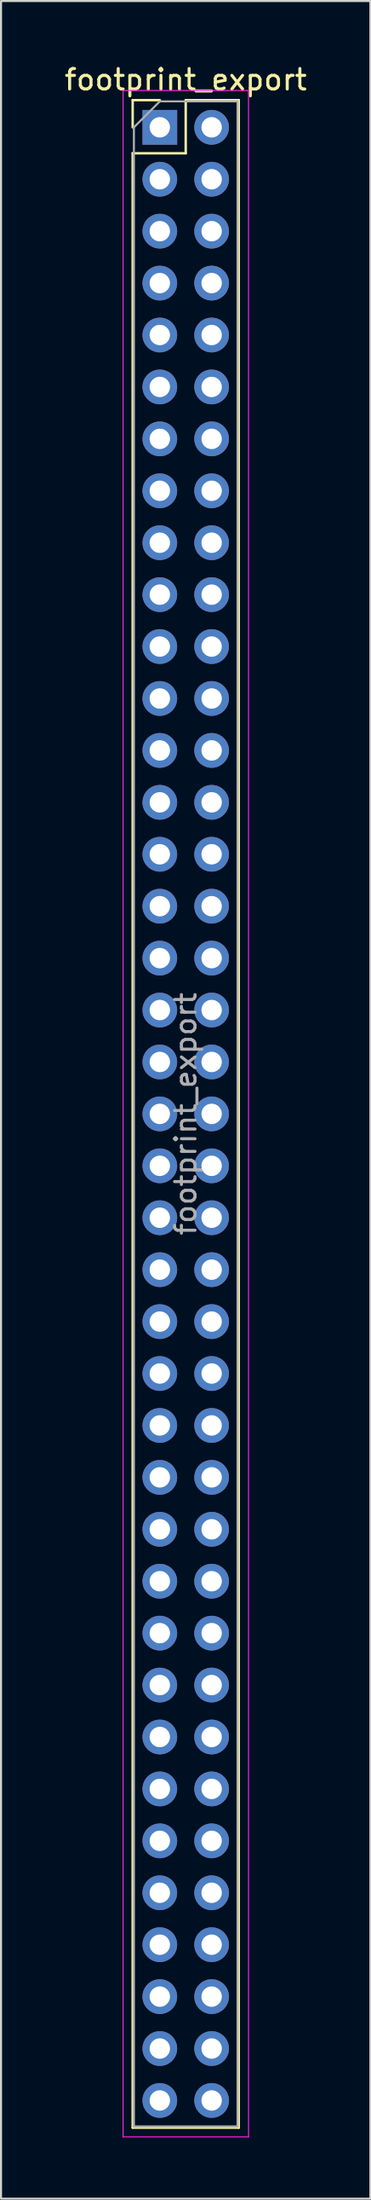
<source format=kicad_pcb>
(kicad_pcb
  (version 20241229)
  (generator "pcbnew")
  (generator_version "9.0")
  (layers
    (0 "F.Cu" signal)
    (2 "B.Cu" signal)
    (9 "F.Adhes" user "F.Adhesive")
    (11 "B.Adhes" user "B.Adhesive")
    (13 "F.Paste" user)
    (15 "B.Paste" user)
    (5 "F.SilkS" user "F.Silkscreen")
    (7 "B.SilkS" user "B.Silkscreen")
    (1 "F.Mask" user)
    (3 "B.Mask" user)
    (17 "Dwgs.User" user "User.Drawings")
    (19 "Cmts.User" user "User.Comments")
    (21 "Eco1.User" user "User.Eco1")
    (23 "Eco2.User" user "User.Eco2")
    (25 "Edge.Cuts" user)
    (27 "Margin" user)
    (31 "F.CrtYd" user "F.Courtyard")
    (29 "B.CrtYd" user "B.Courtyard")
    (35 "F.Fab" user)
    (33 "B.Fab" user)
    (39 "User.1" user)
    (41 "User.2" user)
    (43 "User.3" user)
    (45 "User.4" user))
  (footprint "footprint_export"
    (layer "F.Cu")
    (at 4.784 3.178)
    (property "Reference" "footprint_export" (at 1.27 -2.33 0) (layer "F.SilkS") (effects (font (size 1 1) (thickness 0.15))))
    (attr through_hole)
    (fp_line (start -1.33 -1.33) (end 0 -1.33) (stroke (width 0.12) (type solid)) (layer "F.SilkS"))
    (fp_line (start -1.33 0) (end -1.33 -1.33) (stroke (width 0.12) (type solid)) (layer "F.SilkS"))
    (fp_line (start -1.33 1.27) (end -1.33 97.85) (stroke (width 0.12) (type solid)) (layer "F.SilkS"))
    (fp_line (start -1.33 1.27) (end 1.27 1.27) (stroke (width 0.12) (type solid)) (layer "F.SilkS"))
    (fp_line (start -1.33 97.85) (end 3.87 97.85) (stroke (width 0.12) (type solid)) (layer "F.SilkS"))
    (fp_line (start 1.27 -1.33) (end 3.87 -1.33) (stroke (width 0.12) (type solid)) (layer "F.SilkS"))
    (fp_line (start 1.27 1.27) (end 1.27 -1.33) (stroke (width 0.12) (type solid)) (layer "F.SilkS"))
    (fp_line (start 3.87 -1.33) (end 3.87 97.85) (stroke (width 0.12) (type solid)) (layer "F.SilkS"))
    (fp_line (start -1.8 -1.8) (end -1.8 98.3) (stroke (width 0.05) (type solid)) (layer "F.CrtYd"))
    (fp_line (start -1.8 98.3) (end 4.35 98.3) (stroke (width 0.05) (type solid)) (layer "F.CrtYd"))
    (fp_line (start 4.35 -1.8) (end -1.8 -1.8) (stroke (width 0.05) (type solid)) (layer "F.CrtYd"))
    (fp_line (start 4.35 98.3) (end 4.35 -1.8) (stroke (width 0.05) (type solid)) (layer "F.CrtYd"))
    (fp_line (start -1.27 0) (end 0 -1.27) (stroke (width 0.1) (type solid)) (layer "F.Fab"))
    (fp_line (start -1.27 97.79) (end -1.27 0) (stroke (width 0.1) (type solid)) (layer "F.Fab"))
    (fp_line (start 0 -1.27) (end 3.81 -1.27) (stroke (width 0.1) (type solid)) (layer "F.Fab"))
    (fp_line (start 3.81 -1.27) (end 3.81 97.79) (stroke (width 0.1) (type solid)) (layer "F.Fab"))
    (fp_line (start 3.81 97.79) (end -1.27 97.79) (stroke (width 0.1) (type solid)) (layer "F.Fab"))
    (fp_text user "${REFERENCE}" (at 1.27 48.26 90) (layer "F.Fab") (effects (font (size 1 1) (thickness 0.15))))
    (pad "1" thru_hole rect (at 0 0) (size 1.7 1.7) (drill 1) (layers "*.Cu" "*.Mask"))
    (pad "2" thru_hole oval (at 2.54 0) (size 1.7 1.7) (drill 1) (layers "*.Cu" "*.Mask"))
    (pad "3" thru_hole oval (at 0 2.54) (size 1.7 1.7) (drill 1) (layers "*.Cu" "*.Mask"))
    (pad "4" thru_hole oval (at 2.54 2.54) (size 1.7 1.7) (drill 1) (layers "*.Cu" "*.Mask"))
    (pad "5" thru_hole oval (at 0 5.08) (size 1.7 1.7) (drill 1) (layers "*.Cu" "*.Mask"))
    (pad "6" thru_hole oval (at 2.54 5.08) (size 1.7 1.7) (drill 1) (layers "*.Cu" "*.Mask"))
    (pad "7" thru_hole oval (at 0 7.62) (size 1.7 1.7) (drill 1) (layers "*.Cu" "*.Mask"))
    (pad "8" thru_hole oval (at 2.54 7.62) (size 1.7 1.7) (drill 1) (layers "*.Cu" "*.Mask"))
    (pad "9" thru_hole oval (at 0 10.16) (size 1.7 1.7) (drill 1) (layers "*.Cu" "*.Mask"))
    (pad "10" thru_hole oval (at 2.54 10.16) (size 1.7 1.7) (drill 1) (layers "*.Cu" "*.Mask"))
    (pad "11" thru_hole oval (at 0 12.7) (size 1.7 1.7) (drill 1) (layers "*.Cu" "*.Mask"))
    (pad "12" thru_hole oval (at 2.54 12.7) (size 1.7 1.7) (drill 1) (layers "*.Cu" "*.Mask"))
    (pad "13" thru_hole oval (at 0 15.24) (size 1.7 1.7) (drill 1) (layers "*.Cu" "*.Mask"))
    (pad "14" thru_hole oval (at 2.54 15.24) (size 1.7 1.7) (drill 1) (layers "*.Cu" "*.Mask"))
    (pad "15" thru_hole oval (at 0 17.78) (size 1.7 1.7) (drill 1) (layers "*.Cu" "*.Mask"))
    (pad "16" thru_hole oval (at 2.54 17.78) (size 1.7 1.7) (drill 1) (layers "*.Cu" "*.Mask"))
    (pad "17" thru_hole oval (at 0 20.32) (size 1.7 1.7) (drill 1) (layers "*.Cu" "*.Mask"))
    (pad "18" thru_hole oval (at 2.54 20.32) (size 1.7 1.7) (drill 1) (layers "*.Cu" "*.Mask"))
    (pad "19" thru_hole oval (at 0 22.86) (size 1.7 1.7) (drill 1) (layers "*.Cu" "*.Mask"))
    (pad "20" thru_hole oval (at 2.54 22.86) (size 1.7 1.7) (drill 1) (layers "*.Cu" "*.Mask"))
    (pad "21" thru_hole oval (at 0 25.4) (size 1.7 1.7) (drill 1) (layers "*.Cu" "*.Mask"))
    (pad "22" thru_hole oval (at 2.54 25.4) (size 1.7 1.7) (drill 1) (layers "*.Cu" "*.Mask"))
    (pad "23" thru_hole oval (at 0 27.94) (size 1.7 1.7) (drill 1) (layers "*.Cu" "*.Mask"))
    (pad "24" thru_hole oval (at 2.54 27.94) (size 1.7 1.7) (drill 1) (layers "*.Cu" "*.Mask"))
    (pad "25" thru_hole oval (at 0 30.48) (size 1.7 1.7) (drill 1) (layers "*.Cu" "*.Mask"))
    (pad "26" thru_hole oval (at 2.54 30.48) (size 1.7 1.7) (drill 1) (layers "*.Cu" "*.Mask"))
    (pad "27" thru_hole oval (at 0 33.02) (size 1.7 1.7) (drill 1) (layers "*.Cu" "*.Mask"))
    (pad "28" thru_hole oval (at 2.54 33.02) (size 1.7 1.7) (drill 1) (layers "*.Cu" "*.Mask"))
    (pad "29" thru_hole oval (at 0 35.56) (size 1.7 1.7) (drill 1) (layers "*.Cu" "*.Mask"))
    (pad "30" thru_hole oval (at 2.54 35.56) (size 1.7 1.7) (drill 1) (layers "*.Cu" "*.Mask"))
    (pad "31" thru_hole oval (at 0 38.1) (size 1.7 1.7) (drill 1) (layers "*.Cu" "*.Mask"))
    (pad "32" thru_hole oval (at 2.54 38.1) (size 1.7 1.7) (drill 1) (layers "*.Cu" "*.Mask"))
    (pad "33" thru_hole oval (at 0 40.64) (size 1.7 1.7) (drill 1) (layers "*.Cu" "*.Mask"))
    (pad "34" thru_hole oval (at 2.54 40.64) (size 1.7 1.7) (drill 1) (layers "*.Cu" "*.Mask"))
    (pad "35" thru_hole oval (at 0 43.18) (size 1.7 1.7) (drill 1) (layers "*.Cu" "*.Mask"))
    (pad "36" thru_hole oval (at 2.54 43.18) (size 1.7 1.7) (drill 1) (layers "*.Cu" "*.Mask"))
    (pad "37" thru_hole oval (at 0 45.72) (size 1.7 1.7) (drill 1) (layers "*.Cu" "*.Mask"))
    (pad "38" thru_hole oval (at 2.54 45.72) (size 1.7 1.7) (drill 1) (layers "*.Cu" "*.Mask"))
    (pad "39" thru_hole oval (at 0 48.26) (size 1.7 1.7) (drill 1) (layers "*.Cu" "*.Mask"))
    (pad "40" thru_hole oval (at 2.54 48.26) (size 1.7 1.7) (drill 1) (layers "*.Cu" "*.Mask"))
    (pad "41" thru_hole oval (at 0 50.8) (size 1.7 1.7) (drill 1) (layers "*.Cu" "*.Mask"))
    (pad "42" thru_hole oval (at 2.54 50.8) (size 1.7 1.7) (drill 1) (layers "*.Cu" "*.Mask"))
    (pad "43" thru_hole oval (at 0 53.34) (size 1.7 1.7) (drill 1) (layers "*.Cu" "*.Mask"))
    (pad "44" thru_hole oval (at 2.54 53.34) (size 1.7 1.7) (drill 1) (layers "*.Cu" "*.Mask"))
    (pad "45" thru_hole oval (at 0 55.88) (size 1.7 1.7) (drill 1) (layers "*.Cu" "*.Mask"))
    (pad "46" thru_hole oval (at 2.54 55.88) (size 1.7 1.7) (drill 1) (layers "*.Cu" "*.Mask"))
    (pad "47" thru_hole oval (at 0 58.42) (size 1.7 1.7) (drill 1) (layers "*.Cu" "*.Mask"))
    (pad "48" thru_hole oval (at 2.54 58.42) (size 1.7 1.7) (drill 1) (layers "*.Cu" "*.Mask"))
    (pad "49" thru_hole oval (at 0 60.96) (size 1.7 1.7) (drill 1) (layers "*.Cu" "*.Mask"))
    (pad "50" thru_hole oval (at 2.54 60.96) (size 1.7 1.7) (drill 1) (layers "*.Cu" "*.Mask"))
    (pad "51" thru_hole oval (at 0 63.5) (size 1.7 1.7) (drill 1) (layers "*.Cu" "*.Mask"))
    (pad "52" thru_hole oval (at 2.54 63.5) (size 1.7 1.7) (drill 1) (layers "*.Cu" "*.Mask"))
    (pad "53" thru_hole oval (at 0 66.04) (size 1.7 1.7) (drill 1) (layers "*.Cu" "*.Mask"))
    (pad "54" thru_hole oval (at 2.54 66.04) (size 1.7 1.7) (drill 1) (layers "*.Cu" "*.Mask"))
    (pad "55" thru_hole oval (at 0 68.58) (size 1.7 1.7) (drill 1) (layers "*.Cu" "*.Mask"))
    (pad "56" thru_hole oval (at 2.54 68.58) (size 1.7 1.7) (drill 1) (layers "*.Cu" "*.Mask"))
    (pad "57" thru_hole oval (at 0 71.12) (size 1.7 1.7) (drill 1) (layers "*.Cu" "*.Mask"))
    (pad "58" thru_hole oval (at 2.54 71.12) (size 1.7 1.7) (drill 1) (layers "*.Cu" "*.Mask"))
    (pad "59" thru_hole oval (at 0 73.66) (size 1.7 1.7) (drill 1) (layers "*.Cu" "*.Mask"))
    (pad "60" thru_hole oval (at 2.54 73.66) (size 1.7 1.7) (drill 1) (layers "*.Cu" "*.Mask"))
    (pad "61" thru_hole oval (at 0 76.2) (size 1.7 1.7) (drill 1) (layers "*.Cu" "*.Mask"))
    (pad "62" thru_hole oval (at 2.54 76.2) (size 1.7 1.7) (drill 1) (layers "*.Cu" "*.Mask"))
    (pad "63" thru_hole oval (at 0 78.74) (size 1.7 1.7) (drill 1) (layers "*.Cu" "*.Mask"))
    (pad "64" thru_hole oval (at 2.54 78.74) (size 1.7 1.7) (drill 1) (layers "*.Cu" "*.Mask"))
    (pad "65" thru_hole oval (at 0 81.28) (size 1.7 1.7) (drill 1) (layers "*.Cu" "*.Mask"))
    (pad "66" thru_hole oval (at 2.54 81.28) (size 1.7 1.7) (drill 1) (layers "*.Cu" "*.Mask"))
    (pad "67" thru_hole oval (at 0 83.82) (size 1.7 1.7) (drill 1) (layers "*.Cu" "*.Mask"))
    (pad "68" thru_hole oval (at 2.54 83.82) (size 1.7 1.7) (drill 1) (layers "*.Cu" "*.Mask"))
    (pad "69" thru_hole oval (at 0 86.36) (size 1.7 1.7) (drill 1) (layers "*.Cu" "*.Mask"))
    (pad "70" thru_hole oval (at 2.54 86.36) (size 1.7 1.7) (drill 1) (layers "*.Cu" "*.Mask"))
    (pad "71" thru_hole oval (at 0 88.9) (size 1.7 1.7) (drill 1) (layers "*.Cu" "*.Mask"))
    (pad "72" thru_hole oval (at 2.54 88.9) (size 1.7 1.7) (drill 1) (layers "*.Cu" "*.Mask"))
    (pad "73" thru_hole oval (at 0 91.44) (size 1.7 1.7) (drill 1) (layers "*.Cu" "*.Mask"))
    (pad "74" thru_hole oval (at 2.54 91.44) (size 1.7 1.7) (drill 1) (layers "*.Cu" "*.Mask"))
    (pad "75" thru_hole oval (at 0 93.98) (size 1.7 1.7) (drill 1) (layers "*.Cu" "*.Mask"))
    (pad "76" thru_hole oval (at 2.54 93.98) (size 1.7 1.7) (drill 1) (layers "*.Cu" "*.Mask"))
    (pad "77" thru_hole oval (at 0 96.52) (size 1.7 1.7) (drill 1) (layers "*.Cu" "*.Mask"))
    (pad "78" thru_hole oval (at 2.54 96.52) (size 1.7 1.7) (drill 1) (layers "*.Cu" "*.Mask")))
  (gr_rect
    (start -3 -3)
    (end 15.107 104.503)
    (stroke (width 0.1) (type default))
    (fill no)
    (layer "Edge.Cuts")))
</source>
